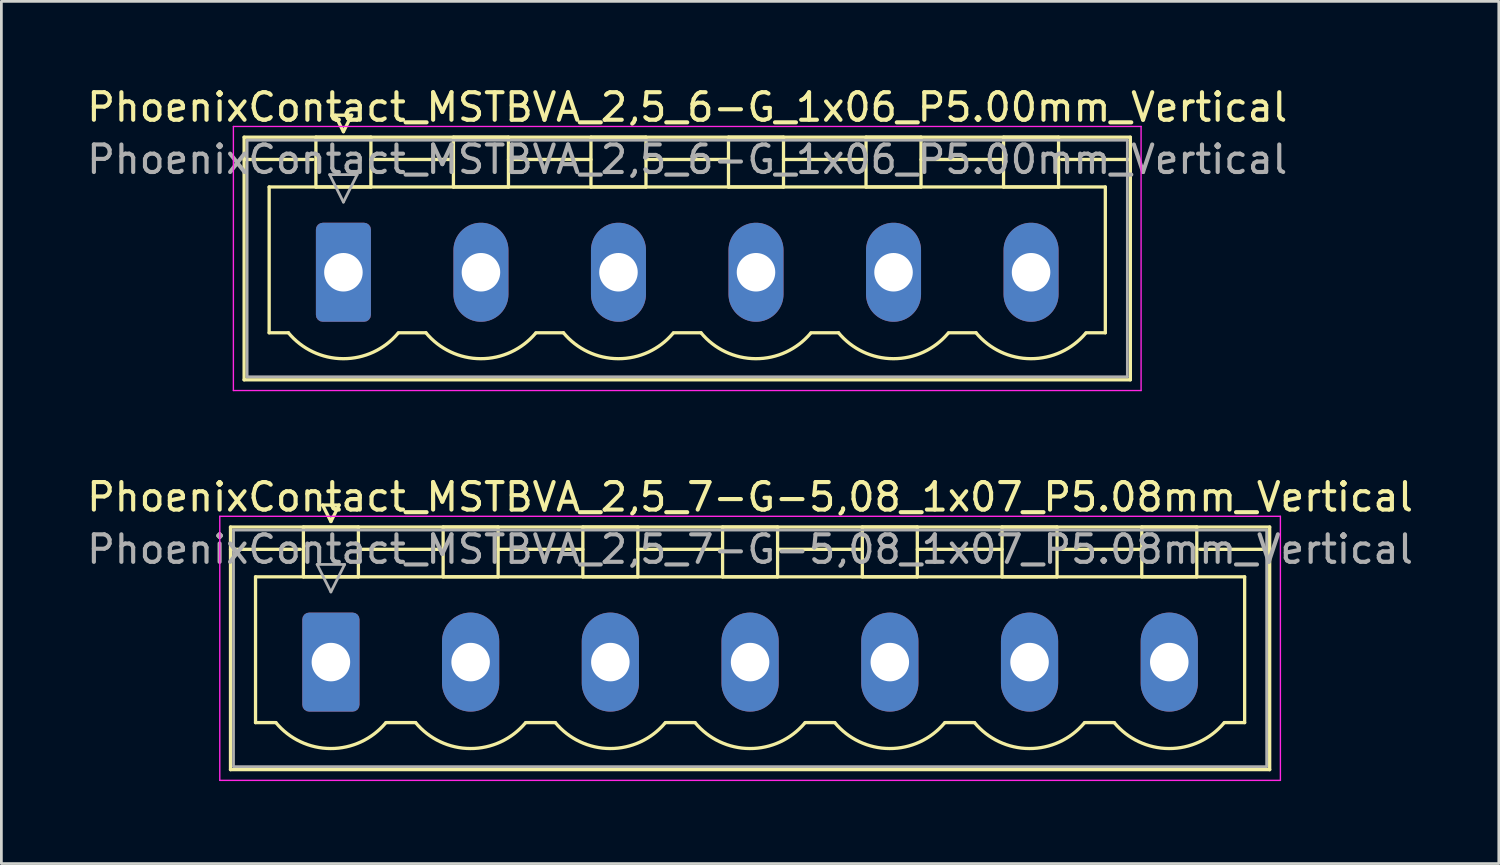
<source format=kicad_pcb>
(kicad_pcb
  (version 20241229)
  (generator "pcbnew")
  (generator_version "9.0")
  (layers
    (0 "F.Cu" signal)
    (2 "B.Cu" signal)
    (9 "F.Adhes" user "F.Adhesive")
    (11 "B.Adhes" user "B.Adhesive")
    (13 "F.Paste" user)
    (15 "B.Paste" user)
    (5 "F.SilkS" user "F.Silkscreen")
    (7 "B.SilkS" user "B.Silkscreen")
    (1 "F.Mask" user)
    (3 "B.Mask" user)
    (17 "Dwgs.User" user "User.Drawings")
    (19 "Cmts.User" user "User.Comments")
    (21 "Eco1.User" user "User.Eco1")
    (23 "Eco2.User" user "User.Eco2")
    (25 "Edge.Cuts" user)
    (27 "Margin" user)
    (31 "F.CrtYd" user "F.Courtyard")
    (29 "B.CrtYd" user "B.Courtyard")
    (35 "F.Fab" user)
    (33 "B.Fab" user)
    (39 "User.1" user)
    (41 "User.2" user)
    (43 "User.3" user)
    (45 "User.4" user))
  (footprint "PhoenixContact_MSTBVA_2,5_6-G_1x06_P5.00mm_Vertical"
    (layer "F.Cu")
    (at 9.435 6.848)
    (property "Reference" "PhoenixContact_MSTBVA_2,5_6-G_1x06_P5.00mm_Vertical" (at 12.5 -6 0) (layer "F.SilkS") (effects (font (size 1 1) (thickness 0.15))))
    (attr through_hole)
    (fp_line (start -3.61 -4.91) (end -3.61 3.91) (stroke (width 0.12) (type solid)) (layer "F.SilkS"))
    (fp_line (start -3.61 -4.1) (end -1.11 -4.1) (stroke (width 0.12) (type solid)) (layer "F.SilkS"))
    (fp_line (start -3.61 3.91) (end 28.61 3.91) (stroke (width 0.12) (type solid)) (layer "F.SilkS"))
    (fp_line (start -2.7 -3.1) (end 27.7 -3.1) (stroke (width 0.12) (type solid)) (layer "F.SilkS"))
    (fp_line (start -2.7 2.2) (end -2.7 -3.1) (stroke (width 0.12) (type solid)) (layer "F.SilkS"))
    (fp_line (start -2 2.2) (end -2.7 2.2) (stroke (width 0.12) (type solid)) (layer "F.SilkS"))
    (fp_line (start -1 -4.91) (end 1 -4.91) (stroke (width 0.12) (type solid)) (layer "F.SilkS"))
    (fp_line (start -1 -3.1) (end -1 -4.91) (stroke (width 0.12) (type solid)) (layer "F.SilkS"))
    (fp_line (start -0.3 -5.71) (end 0.3 -5.71) (stroke (width 0.12) (type solid)) (layer "F.SilkS"))
    (fp_line (start 0 -5.11) (end -0.3 -5.71) (stroke (width 0.12) (type solid)) (layer "F.SilkS"))
    (fp_line (start 0.3 -5.71) (end 0 -5.11) (stroke (width 0.12) (type solid)) (layer "F.SilkS"))
    (fp_line (start 1 -4.91) (end 1 -3.1) (stroke (width 0.12) (type solid)) (layer "F.SilkS"))
    (fp_line (start 1 -4.1) (end 4 -4.1) (stroke (width 0.12) (type solid)) (layer "F.SilkS"))
    (fp_line (start 1 -3.1) (end -1 -3.1) (stroke (width 0.12) (type solid)) (layer "F.SilkS"))
    (fp_line (start 2 2.2) (end 3 2.2) (stroke (width 0.12) (type solid)) (layer "F.SilkS"))
    (fp_line (start 4 -4.91) (end 6 -4.91) (stroke (width 0.12) (type solid)) (layer "F.SilkS"))
    (fp_line (start 4 -3.1) (end 4 -4.91) (stroke (width 0.12) (type solid)) (layer "F.SilkS"))
    (fp_line (start 6 -4.91) (end 6 -3.1) (stroke (width 0.12) (type solid)) (layer "F.SilkS"))
    (fp_line (start 6 -4.1) (end 9 -4.1) (stroke (width 0.12) (type solid)) (layer "F.SilkS"))
    (fp_line (start 6 -3.1) (end 4 -3.1) (stroke (width 0.12) (type solid)) (layer "F.SilkS"))
    (fp_line (start 7 2.2) (end 8 2.2) (stroke (width 0.12) (type solid)) (layer "F.SilkS"))
    (fp_line (start 9 -4.91) (end 11 -4.91) (stroke (width 0.12) (type solid)) (layer "F.SilkS"))
    (fp_line (start 9 -3.1) (end 9 -4.91) (stroke (width 0.12) (type solid)) (layer "F.SilkS"))
    (fp_line (start 11 -4.91) (end 11 -3.1) (stroke (width 0.12) (type solid)) (layer "F.SilkS"))
    (fp_line (start 11 -4.1) (end 14 -4.1) (stroke (width 0.12) (type solid)) (layer "F.SilkS"))
    (fp_line (start 11 -3.1) (end 9 -3.1) (stroke (width 0.12) (type solid)) (layer "F.SilkS"))
    (fp_line (start 12 2.2) (end 13 2.2) (stroke (width 0.12) (type solid)) (layer "F.SilkS"))
    (fp_line (start 14 -4.91) (end 16 -4.91) (stroke (width 0.12) (type solid)) (layer "F.SilkS"))
    (fp_line (start 14 -3.1) (end 14 -4.91) (stroke (width 0.12) (type solid)) (layer "F.SilkS"))
    (fp_line (start 16 -4.91) (end 16 -3.1) (stroke (width 0.12) (type solid)) (layer "F.SilkS"))
    (fp_line (start 16 -4.1) (end 19 -4.1) (stroke (width 0.12) (type solid)) (layer "F.SilkS"))
    (fp_line (start 16 -3.1) (end 14 -3.1) (stroke (width 0.12) (type solid)) (layer "F.SilkS"))
    (fp_line (start 17 2.2) (end 18 2.2) (stroke (width 0.12) (type solid)) (layer "F.SilkS"))
    (fp_line (start 19 -4.91) (end 21 -4.91) (stroke (width 0.12) (type solid)) (layer "F.SilkS"))
    (fp_line (start 19 -3.1) (end 19 -4.91) (stroke (width 0.12) (type solid)) (layer "F.SilkS"))
    (fp_line (start 21 -4.91) (end 21 -3.1) (stroke (width 0.12) (type solid)) (layer "F.SilkS"))
    (fp_line (start 21 -4.1) (end 24 -4.1) (stroke (width 0.12) (type solid)) (layer "F.SilkS"))
    (fp_line (start 21 -3.1) (end 19 -3.1) (stroke (width 0.12) (type solid)) (layer "F.SilkS"))
    (fp_line (start 22 2.2) (end 23 2.2) (stroke (width 0.12) (type solid)) (layer "F.SilkS"))
    (fp_line (start 24 -4.91) (end 26 -4.91) (stroke (width 0.12) (type solid)) (layer "F.SilkS"))
    (fp_line (start 24 -3.1) (end 24 -4.91) (stroke (width 0.12) (type solid)) (layer "F.SilkS"))
    (fp_line (start 26 -4.91) (end 26 -3.1) (stroke (width 0.12) (type solid)) (layer "F.SilkS"))
    (fp_line (start 26 -3.1) (end 24 -3.1) (stroke (width 0.12) (type solid)) (layer "F.SilkS"))
    (fp_line (start 27.7 -3.1) (end 27.7 2.2) (stroke (width 0.12) (type solid)) (layer "F.SilkS"))
    (fp_line (start 27.7 2.2) (end 27 2.2) (stroke (width 0.12) (type solid)) (layer "F.SilkS"))
    (fp_line (start 28.61 -4.91) (end -3.61 -4.91) (stroke (width 0.12) (type solid)) (layer "F.SilkS"))
    (fp_line (start 28.61 -4.1) (end 26.11 -4.1) (stroke (width 0.12) (type solid)) (layer "F.SilkS"))
    (fp_line (start 28.61 3.91) (end 28.61 -4.91) (stroke (width 0.12) (type solid)) (layer "F.SilkS"))
    (fp_arc (start 1.986842 2.215821) (mid -0.010289 3.142758) (end -2 2.2) (stroke (width 0.12) (type solid)) (layer "F.SilkS"))
    (fp_arc (start 6.986842 2.215821) (mid 4.989711 3.142758) (end 3 2.2) (stroke (width 0.12) (type solid)) (layer "F.SilkS"))
    (fp_arc (start 11.986842 2.215821) (mid 9.989711 3.142758) (end 8 2.2) (stroke (width 0.12) (type solid)) (layer "F.SilkS"))
    (fp_arc (start 16.986842 2.215821) (mid 14.989711 3.142758) (end 13 2.2) (stroke (width 0.12) (type solid)) (layer "F.SilkS"))
    (fp_arc (start 21.986842 2.215821) (mid 19.989711 3.142758) (end 18 2.2) (stroke (width 0.12) (type solid)) (layer "F.SilkS"))
    (fp_arc (start 26.986842 2.215821) (mid 24.989711 3.142758) (end 23 2.2) (stroke (width 0.12) (type solid)) (layer "F.SilkS"))
    (fp_line (start -4 -5.3) (end -4 4.3) (stroke (width 0.05) (type solid)) (layer "F.CrtYd"))
    (fp_line (start -4 4.3) (end 29 4.3) (stroke (width 0.05) (type solid)) (layer "F.CrtYd"))
    (fp_line (start 29 -5.3) (end -4 -5.3) (stroke (width 0.05) (type solid)) (layer "F.CrtYd"))
    (fp_line (start 29 4.3) (end 29 -5.3) (stroke (width 0.05) (type solid)) (layer "F.CrtYd"))
    (fp_line (start -3.5 -4.8) (end -3.5 3.8) (stroke (width 0.1) (type solid)) (layer "F.Fab"))
    (fp_line (start -3.5 3.8) (end 28.5 3.8) (stroke (width 0.1) (type solid)) (layer "F.Fab"))
    (fp_line (start -0.5 -3.55) (end 0.5 -3.55) (stroke (width 0.1) (type solid)) (layer "F.Fab"))
    (fp_line (start 0 -2.55) (end -0.5 -3.55) (stroke (width 0.1) (type solid)) (layer "F.Fab"))
    (fp_line (start 0.5 -3.55) (end 0 -2.55) (stroke (width 0.1) (type solid)) (layer "F.Fab"))
    (fp_line (start 28.5 -4.8) (end -3.5 -4.8) (stroke (width 0.1) (type solid)) (layer "F.Fab"))
    (fp_line (start 28.5 3.8) (end 28.5 -4.8) (stroke (width 0.1) (type solid)) (layer "F.Fab"))
    (fp_text user "${REFERENCE}" (at 12.5 -4.1 0) (layer "F.Fab") (effects (font (size 1 1) (thickness 0.15))))
    (pad "1" thru_hole roundrect (at 0 0) (size 2 3.6) (drill 1.4) (layers "*.Cu" "*.Mask") (roundrect_rratio 0.125))
    (pad "2" thru_hole oval (at 5 0) (size 2 3.6) (drill 1.4) (layers "*.Cu" "*.Mask"))
    (pad "3" thru_hole oval (at 10 0) (size 2 3.6) (drill 1.4) (layers "*.Cu" "*.Mask"))
    (pad "4" thru_hole oval (at 15 0) (size 2 3.6) (drill 1.4) (layers "*.Cu" "*.Mask"))
    (pad "5" thru_hole oval (at 20 0) (size 2 3.6) (drill 1.4) (layers "*.Cu" "*.Mask"))
    (pad "6" thru_hole oval (at 25 0) (size 2 3.6) (drill 1.4) (layers "*.Cu" "*.Mask")))
  (footprint "PhoenixContact_MSTBVA_2,5_7-G-5,08_1x07_P5.08mm_Vertical"
    (layer "F.Cu")
    (at 8.98 21.021)
    (property "Reference" "PhoenixContact_MSTBVA_2,5_7-G-5,08_1x07_P5.08mm_Vertical" (at 15.24 -6 0) (layer "F.SilkS") (effects (font (size 1 1) (thickness 0.15))))
    (attr through_hole)
    (fp_line (start -3.65 -4.91) (end -3.65 3.91) (stroke (width 0.12) (type solid)) (layer "F.SilkS"))
    (fp_line (start -3.65 -4.1) (end -1.11 -4.1) (stroke (width 0.12) (type solid)) (layer "F.SilkS"))
    (fp_line (start -3.65 3.91) (end 34.13 3.91) (stroke (width 0.12) (type solid)) (layer "F.SilkS"))
    (fp_line (start -2.74 -3.1) (end 33.22 -3.1) (stroke (width 0.12) (type solid)) (layer "F.SilkS"))
    (fp_line (start -2.74 2.2) (end -2.74 -3.1) (stroke (width 0.12) (type solid)) (layer "F.SilkS"))
    (fp_line (start -2 2.2) (end -2.74 2.2) (stroke (width 0.12) (type solid)) (layer "F.SilkS"))
    (fp_line (start -1 -4.91) (end 1 -4.91) (stroke (width 0.12) (type solid)) (layer "F.SilkS"))
    (fp_line (start -1 -3.1) (end -1 -4.91) (stroke (width 0.12) (type solid)) (layer "F.SilkS"))
    (fp_line (start -0.3 -5.71) (end 0.3 -5.71) (stroke (width 0.12) (type solid)) (layer "F.SilkS"))
    (fp_line (start 0 -5.11) (end -0.3 -5.71) (stroke (width 0.12) (type solid)) (layer "F.SilkS"))
    (fp_line (start 0.3 -5.71) (end 0 -5.11) (stroke (width 0.12) (type solid)) (layer "F.SilkS"))
    (fp_line (start 1 -4.91) (end 1 -3.1) (stroke (width 0.12) (type solid)) (layer "F.SilkS"))
    (fp_line (start 1 -4.1) (end 4.08 -4.1) (stroke (width 0.12) (type solid)) (layer "F.SilkS"))
    (fp_line (start 1 -3.1) (end -1 -3.1) (stroke (width 0.12) (type solid)) (layer "F.SilkS"))
    (fp_line (start 2 2.2) (end 3.08 2.2) (stroke (width 0.12) (type solid)) (layer "F.SilkS"))
    (fp_line (start 4.08 -4.91) (end 6.08 -4.91) (stroke (width 0.12) (type solid)) (layer "F.SilkS"))
    (fp_line (start 4.08 -3.1) (end 4.08 -4.91) (stroke (width 0.12) (type solid)) (layer "F.SilkS"))
    (fp_line (start 6.08 -4.91) (end 6.08 -3.1) (stroke (width 0.12) (type solid)) (layer "F.SilkS"))
    (fp_line (start 6.08 -4.1) (end 9.16 -4.1) (stroke (width 0.12) (type solid)) (layer "F.SilkS"))
    (fp_line (start 6.08 -3.1) (end 4.08 -3.1) (stroke (width 0.12) (type solid)) (layer "F.SilkS"))
    (fp_line (start 7.08 2.2) (end 8.16 2.2) (stroke (width 0.12) (type solid)) (layer "F.SilkS"))
    (fp_line (start 9.16 -4.91) (end 11.16 -4.91) (stroke (width 0.12) (type solid)) (layer "F.SilkS"))
    (fp_line (start 9.16 -3.1) (end 9.16 -4.91) (stroke (width 0.12) (type solid)) (layer "F.SilkS"))
    (fp_line (start 11.16 -4.91) (end 11.16 -3.1) (stroke (width 0.12) (type solid)) (layer "F.SilkS"))
    (fp_line (start 11.16 -4.1) (end 14.24 -4.1) (stroke (width 0.12) (type solid)) (layer "F.SilkS"))
    (fp_line (start 11.16 -3.1) (end 9.16 -3.1) (stroke (width 0.12) (type solid)) (layer "F.SilkS"))
    (fp_line (start 12.16 2.2) (end 13.24 2.2) (stroke (width 0.12) (type solid)) (layer "F.SilkS"))
    (fp_line (start 14.24 -4.91) (end 16.24 -4.91) (stroke (width 0.12) (type solid)) (layer "F.SilkS"))
    (fp_line (start 14.24 -3.1) (end 14.24 -4.91) (stroke (width 0.12) (type solid)) (layer "F.SilkS"))
    (fp_line (start 16.24 -4.91) (end 16.24 -3.1) (stroke (width 0.12) (type solid)) (layer "F.SilkS"))
    (fp_line (start 16.24 -4.1) (end 19.32 -4.1) (stroke (width 0.12) (type solid)) (layer "F.SilkS"))
    (fp_line (start 16.24 -3.1) (end 14.24 -3.1) (stroke (width 0.12) (type solid)) (layer "F.SilkS"))
    (fp_line (start 17.24 2.2) (end 18.32 2.2) (stroke (width 0.12) (type solid)) (layer "F.SilkS"))
    (fp_line (start 19.32 -4.91) (end 21.32 -4.91) (stroke (width 0.12) (type solid)) (layer "F.SilkS"))
    (fp_line (start 19.32 -3.1) (end 19.32 -4.91) (stroke (width 0.12) (type solid)) (layer "F.SilkS"))
    (fp_line (start 21.32 -4.91) (end 21.32 -3.1) (stroke (width 0.12) (type solid)) (layer "F.SilkS"))
    (fp_line (start 21.32 -4.1) (end 24.4 -4.1) (stroke (width 0.12) (type solid)) (layer "F.SilkS"))
    (fp_line (start 21.32 -3.1) (end 19.32 -3.1) (stroke (width 0.12) (type solid)) (layer "F.SilkS"))
    (fp_line (start 22.32 2.2) (end 23.4 2.2) (stroke (width 0.12) (type solid)) (layer "F.SilkS"))
    (fp_line (start 24.4 -4.91) (end 26.4 -4.91) (stroke (width 0.12) (type solid)) (layer "F.SilkS"))
    (fp_line (start 24.4 -3.1) (end 24.4 -4.91) (stroke (width 0.12) (type solid)) (layer "F.SilkS"))
    (fp_line (start 26.4 -4.91) (end 26.4 -3.1) (stroke (width 0.12) (type solid)) (layer "F.SilkS"))
    (fp_line (start 26.4 -4.1) (end 29.48 -4.1) (stroke (width 0.12) (type solid)) (layer "F.SilkS"))
    (fp_line (start 26.4 -3.1) (end 24.4 -3.1) (stroke (width 0.12) (type solid)) (layer "F.SilkS"))
    (fp_line (start 27.4 2.2) (end 28.48 2.2) (stroke (width 0.12) (type solid)) (layer "F.SilkS"))
    (fp_line (start 29.48 -4.91) (end 31.48 -4.91) (stroke (width 0.12) (type solid)) (layer "F.SilkS"))
    (fp_line (start 29.48 -3.1) (end 29.48 -4.91) (stroke (width 0.12) (type solid)) (layer "F.SilkS"))
    (fp_line (start 31.48 -4.91) (end 31.48 -3.1) (stroke (width 0.12) (type solid)) (layer "F.SilkS"))
    (fp_line (start 31.48 -3.1) (end 29.48 -3.1) (stroke (width 0.12) (type solid)) (layer "F.SilkS"))
    (fp_line (start 33.22 -3.1) (end 33.22 2.2) (stroke (width 0.12) (type solid)) (layer "F.SilkS"))
    (fp_line (start 33.22 2.2) (end 32.48 2.2) (stroke (width 0.12) (type solid)) (layer "F.SilkS"))
    (fp_line (start 34.13 -4.91) (end -3.65 -4.91) (stroke (width 0.12) (type solid)) (layer "F.SilkS"))
    (fp_line (start 34.13 -4.1) (end 31.59 -4.1) (stroke (width 0.12) (type solid)) (layer "F.SilkS"))
    (fp_line (start 34.13 3.91) (end 34.13 -4.91) (stroke (width 0.12) (type solid)) (layer "F.SilkS"))
    (fp_arc (start 1.986842 2.215821) (mid -0.010289 3.142758) (end -2 2.2) (stroke (width 0.12) (type solid)) (layer "F.SilkS"))
    (fp_arc (start 7.066842 2.215821) (mid 5.069711 3.142758) (end 3.08 2.2) (stroke (width 0.12) (type solid)) (layer "F.SilkS"))
    (fp_arc (start 12.146842 2.215821) (mid 10.149711 3.142758) (end 8.16 2.2) (stroke (width 0.12) (type solid)) (layer "F.SilkS"))
    (fp_arc (start 17.226842 2.215821) (mid 15.229711 3.142758) (end 13.24 2.2) (stroke (width 0.12) (type solid)) (layer "F.SilkS"))
    (fp_arc (start 22.306842 2.215821) (mid 20.309711 3.142758) (end 18.32 2.2) (stroke (width 0.12) (type solid)) (layer "F.SilkS"))
    (fp_arc (start 27.386842 2.215821) (mid 25.389711 3.142758) (end 23.4 2.2) (stroke (width 0.12) (type solid)) (layer "F.SilkS"))
    (fp_arc (start 32.466842 2.215821) (mid 30.469711 3.142758) (end 28.48 2.2) (stroke (width 0.12) (type solid)) (layer "F.SilkS"))
    (fp_line (start -4.04 -5.3) (end -4.04 4.3) (stroke (width 0.05) (type solid)) (layer "F.CrtYd"))
    (fp_line (start -4.04 4.3) (end 34.52 4.3) (stroke (width 0.05) (type solid)) (layer "F.CrtYd"))
    (fp_line (start 34.52 -5.3) (end -4.04 -5.3) (stroke (width 0.05) (type solid)) (layer "F.CrtYd"))
    (fp_line (start 34.52 4.3) (end 34.52 -5.3) (stroke (width 0.05) (type solid)) (layer "F.CrtYd"))
    (fp_line (start -3.54 -4.8) (end -3.54 3.8) (stroke (width 0.1) (type solid)) (layer "F.Fab"))
    (fp_line (start -3.54 3.8) (end 34.02 3.8) (stroke (width 0.1) (type solid)) (layer "F.Fab"))
    (fp_line (start -0.5 -3.55) (end 0.5 -3.55) (stroke (width 0.1) (type solid)) (layer "F.Fab"))
    (fp_line (start 0 -2.55) (end -0.5 -3.55) (stroke (width 0.1) (type solid)) (layer "F.Fab"))
    (fp_line (start 0.5 -3.55) (end 0 -2.55) (stroke (width 0.1) (type solid)) (layer "F.Fab"))
    (fp_line (start 34.02 -4.8) (end -3.54 -4.8) (stroke (width 0.1) (type solid)) (layer "F.Fab"))
    (fp_line (start 34.02 3.8) (end 34.02 -4.8) (stroke (width 0.1) (type solid)) (layer "F.Fab"))
    (fp_text user "${REFERENCE}" (at 15.24 -4.1 0) (layer "F.Fab") (effects (font (size 1 1) (thickness 0.15))))
    (pad "1" thru_hole roundrect (at 0 0) (size 2.08 3.6) (drill 1.4) (layers "*.Cu" "*.Mask") (roundrect_rratio 0.12))
    (pad "2" thru_hole oval (at 5.08 0) (size 2.08 3.6) (drill 1.4) (layers "*.Cu" "*.Mask"))
    (pad "3" thru_hole oval (at 10.16 0) (size 2.08 3.6) (drill 1.4) (layers "*.Cu" "*.Mask"))
    (pad "4" thru_hole oval (at 15.24 0) (size 2.08 3.6) (drill 1.4) (layers "*.Cu" "*.Mask"))
    (pad "5" thru_hole oval (at 20.32 0) (size 2.08 3.6) (drill 1.4) (layers "*.Cu" "*.Mask"))
    (pad "6" thru_hole oval (at 25.4 0) (size 2.08 3.6) (drill 1.4) (layers "*.Cu" "*.Mask"))
    (pad "7" thru_hole oval (at 30.48 0) (size 2.08 3.6) (drill 1.4) (layers "*.Cu" "*.Mask")))
  (gr_rect
    (start -3 -3)
    (end 51.44 28.346)
    (stroke (width 0.1) (type default))
    (fill no)
    (layer "Edge.Cuts")))
</source>
